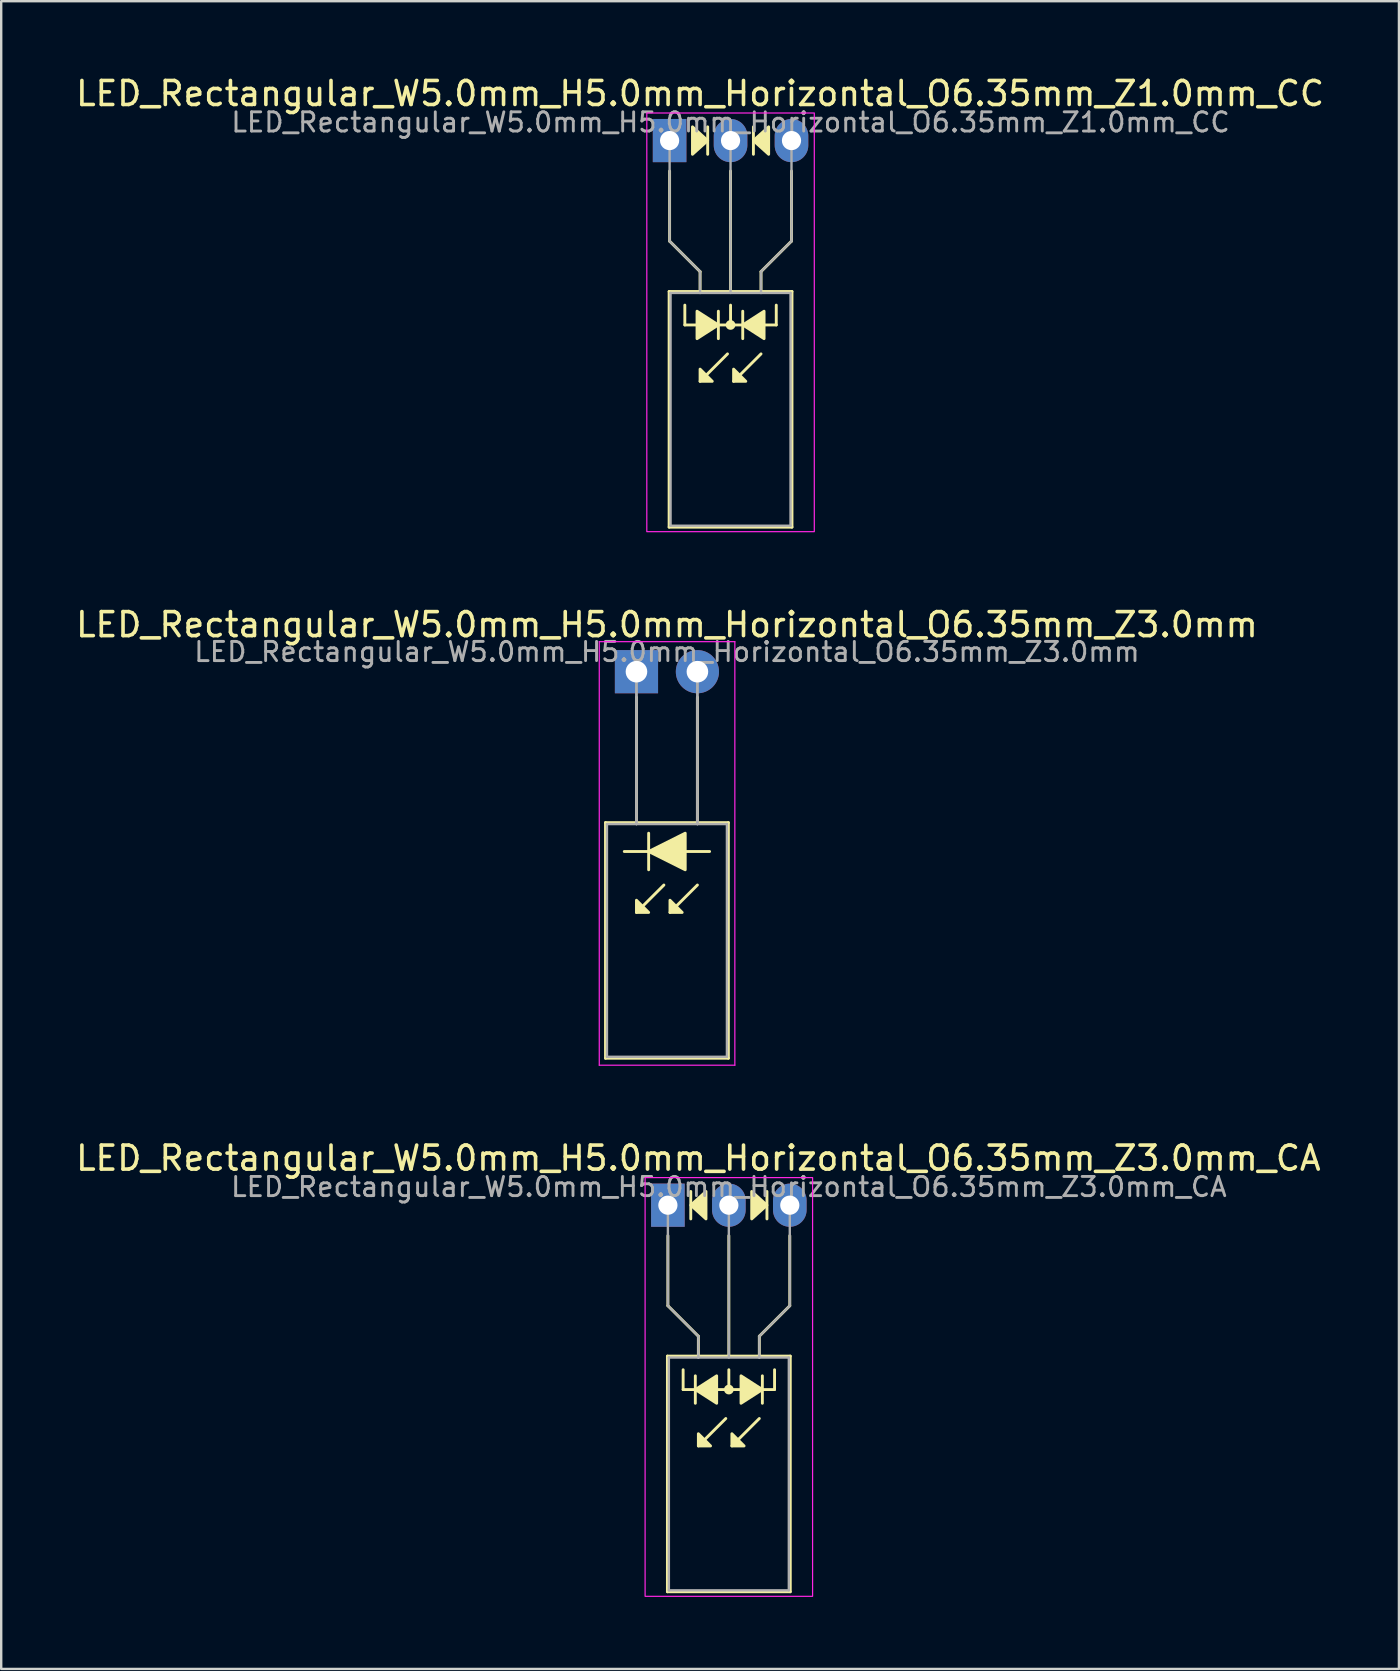
<source format=kicad_pcb>
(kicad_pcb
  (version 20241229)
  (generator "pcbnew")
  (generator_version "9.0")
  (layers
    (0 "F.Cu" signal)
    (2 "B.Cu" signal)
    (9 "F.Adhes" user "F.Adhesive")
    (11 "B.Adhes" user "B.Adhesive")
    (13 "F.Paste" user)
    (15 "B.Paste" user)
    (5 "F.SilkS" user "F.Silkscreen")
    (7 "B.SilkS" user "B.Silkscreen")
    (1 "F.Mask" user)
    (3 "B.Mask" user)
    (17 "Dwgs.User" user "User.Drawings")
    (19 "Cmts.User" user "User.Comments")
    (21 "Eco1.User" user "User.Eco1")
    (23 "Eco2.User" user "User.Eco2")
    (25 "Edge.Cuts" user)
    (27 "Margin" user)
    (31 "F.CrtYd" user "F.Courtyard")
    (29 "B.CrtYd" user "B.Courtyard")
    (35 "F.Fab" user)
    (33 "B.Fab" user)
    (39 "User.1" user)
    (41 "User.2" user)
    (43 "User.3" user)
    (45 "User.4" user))
  (footprint "LED_Rectangular_W5.0mm_H5.0mm_Horizontal_O6.35mm_Z3.0mm"
    (layer "F.Cu")
    (at 23.474 24.942)
    (property "Reference" "LED_Rectangular_W5.0mm_H5.0mm_Horizontal_O6.35mm_Z3.0mm" (at 1.27 -1.96 0) (layer "F.SilkS") (effects (font (size 1 1) (thickness 0.15))))
    (fp_line (start -1.29 6.29) (end -1.29 16.11) (stroke (width 0.12) (type solid)) (layer "F.SilkS"))
    (fp_line (start -1.29 16.11) (end 3.83 16.11) (stroke (width 0.12) (type solid)) (layer "F.SilkS"))
    (fp_line (start 0 1.08) (end 0 1.08) (stroke (width 0.12) (type solid)) (layer "F.SilkS"))
    (fp_line (start 0 1.08) (end 0 6.29) (stroke (width 0.12) (type solid)) (layer "F.SilkS"))
    (fp_line (start 0 6.29) (end 0 1.08) (stroke (width 0.12) (type solid)) (layer "F.SilkS"))
    (fp_line (start 0 6.29) (end 0 6.29) (stroke (width 0.12) (type solid)) (layer "F.SilkS"))
    (fp_line (start 0.508 6.731) (end 0.508 8.255) (stroke (width 0.12) (type solid)) (layer "F.SilkS"))
    (fp_line (start 0.508 7.493) (end -0.508 7.493) (stroke (width 0.12) (type solid)) (layer "F.SilkS"))
    (fp_line (start 1.143 8.89) (end 0 10.033) (stroke (width 0.12) (type solid)) (layer "F.SilkS"))
    (fp_line (start 2.54 1.08) (end 2.54 1.08) (stroke (width 0.12) (type solid)) (layer "F.SilkS"))
    (fp_line (start 2.54 1.08) (end 2.54 6.29) (stroke (width 0.12) (type solid)) (layer "F.SilkS"))
    (fp_line (start 2.54 6.29) (end 2.54 1.08) (stroke (width 0.12) (type solid)) (layer "F.SilkS"))
    (fp_line (start 2.54 6.29) (end 2.54 6.29) (stroke (width 0.12) (type solid)) (layer "F.SilkS"))
    (fp_line (start 2.54 8.89) (end 1.397 10.033) (stroke (width 0.12) (type solid)) (layer "F.SilkS"))
    (fp_line (start 3.048 7.493) (end 2.032 7.493) (stroke (width 0.12) (type solid)) (layer "F.SilkS"))
    (fp_line (start 3.83 6.29) (end -1.29 6.29) (stroke (width 0.12) (type solid)) (layer "F.SilkS"))
    (fp_line (start 3.83 16.11) (end 3.83 6.29) (stroke (width 0.12) (type solid)) (layer "F.SilkS"))
    (fp_poly (pts (xy 0 9.525) (xy 0.508 10.033) (xy 0 10.033)) (stroke (width 0.12) (type solid)) (fill yes) (layer "F.SilkS"))
    (fp_poly (pts (xy 1.397 9.525) (xy 1.905 10.033) (xy 1.397 10.033)) (stroke (width 0.12) (type solid)) (fill yes) (layer "F.SilkS"))
    (fp_poly (pts (xy 2.032 8.255) (xy 0.508 7.493) (xy 2.032 6.731)) (stroke (width 0.12) (type solid)) (fill yes) (layer "F.SilkS"))
    (fp_line (start -1.55 -1.25) (end -1.55 16.4) (stroke (width 0.05) (type solid)) (layer "F.CrtYd"))
    (fp_line (start -1.55 16.4) (end 4.1 16.4) (stroke (width 0.05) (type solid)) (layer "F.CrtYd"))
    (fp_line (start 4.1 -1.25) (end -1.55 -1.25) (stroke (width 0.05) (type solid)) (layer "F.CrtYd"))
    (fp_line (start 4.1 16.4) (end 4.1 -1.25) (stroke (width 0.05) (type solid)) (layer "F.CrtYd"))
    (fp_line (start -1.23 6.35) (end -1.23 16.05) (stroke (width 0.1) (type solid)) (layer "F.Fab"))
    (fp_line (start -1.23 16.05) (end 3.77 16.05) (stroke (width 0.1) (type solid)) (layer "F.Fab"))
    (fp_line (start 0 0) (end 0 0) (stroke (width 0.1) (type solid)) (layer "F.Fab"))
    (fp_line (start 0 0) (end 0 6.35) (stroke (width 0.1) (type solid)) (layer "F.Fab"))
    (fp_line (start 0 6.35) (end 0 0) (stroke (width 0.1) (type solid)) (layer "F.Fab"))
    (fp_line (start 0 6.35) (end 0 6.35) (stroke (width 0.1) (type solid)) (layer "F.Fab"))
    (fp_line (start 2.54 0) (end 2.54 0) (stroke (width 0.1) (type solid)) (layer "F.Fab"))
    (fp_line (start 2.54 0) (end 2.54 6.35) (stroke (width 0.1) (type solid)) (layer "F.Fab"))
    (fp_line (start 2.54 6.35) (end 2.54 0) (stroke (width 0.1) (type solid)) (layer "F.Fab"))
    (fp_line (start 2.54 6.35) (end 2.54 6.35) (stroke (width 0.1) (type solid)) (layer "F.Fab"))
    (fp_line (start 3.77 6.35) (end -1.23 6.35) (stroke (width 0.1) (type solid)) (layer "F.Fab"))
    (fp_line (start 3.77 16.05) (end 3.77 6.35) (stroke (width 0.1) (type solid)) (layer "F.Fab"))
    (fp_text user "${REFERENCE}" (at 1.27 -0.826 0) (layer "F.Fab") (effects (font (size 0.8 0.8) (thickness 0.12))))
    (pad "1" thru_hole rect (at 0 0) (size 1.8 1.8) (drill 0.9) (layers "*.Cu" "*.Mask"))
    (pad "2" thru_hole circle (at 2.54 0) (size 1.8 1.8) (drill 0.9) (layers "*.Cu" "*.Mask")))
  (footprint "LED_Rectangular_W5.0mm_H5.0mm_Horizontal_O6.35mm_Z3.0mm_CA"
    (layer "F.Cu")
    (at 24.784 47.175)
    (property "Reference" "LED_Rectangular_W5.0mm_H5.0mm_Horizontal_O6.35mm_Z3.0mm_CA" (at 1.27 -1.96 0) (layer "F.SilkS") (effects (font (size 1 1) (thickness 0.15))))
    (fp_line (start -0.02 6.29) (end -0.02 16.11) (stroke (width 0.12) (type solid)) (layer "F.SilkS"))
    (fp_line (start -0.02 16.11) (end 5.1 16.11) (stroke (width 0.12) (type solid)) (layer "F.SilkS"))
    (fp_line (start 0 1.27) (end 0 4.191) (stroke (width 0.12) (type default)) (layer "F.SilkS"))
    (fp_line (start 0 4.191) (end 1.27 5.461) (stroke (width 0.12) (type default)) (layer "F.SilkS"))
    (fp_line (start 0.635 7.684) (end 0.635 6.858) (stroke (width 0.12) (type default)) (layer "F.SilkS"))
    (fp_line (start 0.635 7.684) (end 4.445 7.684) (stroke (width 0.12) (type default)) (layer "F.SilkS"))
    (fp_line (start 0.953 -0.572) (end 0.953 0.572) (stroke (width 0.12) (type solid)) (layer "F.SilkS"))
    (fp_line (start 1.143 7.112) (end 1.143 8.255) (stroke (width 0.12) (type solid)) (layer "F.SilkS"))
    (fp_line (start 1.27 5.461) (end 1.27 6.29) (stroke (width 0.12) (type default)) (layer "F.SilkS"))
    (fp_line (start 1.27 6.29) (end 1.27 6.29) (stroke (width 0.12) (type solid)) (layer "F.SilkS"))
    (fp_line (start 2.413 8.89) (end 1.27 10.033) (stroke (width 0.12) (type solid)) (layer "F.SilkS"))
    (fp_line (start 2.54 6.29) (end 2.54 1.27) (stroke (width 0.12) (type default)) (layer "F.SilkS"))
    (fp_line (start 2.54 7.684) (end 2.54 6.858) (stroke (width 0.12) (type default)) (layer "F.SilkS"))
    (fp_line (start 3.81 5.461) (end 3.81 6.29) (stroke (width 0.12) (type default)) (layer "F.SilkS"))
    (fp_line (start 3.81 6.29) (end 3.81 6.29) (stroke (width 0.12) (type solid)) (layer "F.SilkS"))
    (fp_line (start 3.81 8.89) (end 2.667 10.033) (stroke (width 0.12) (type solid)) (layer "F.SilkS"))
    (fp_line (start 3.937 8.255) (end 3.937 7.112) (stroke (width 0.12) (type solid)) (layer "F.SilkS"))
    (fp_line (start 4.128 0.572) (end 4.128 -0.572) (stroke (width 0.12) (type solid)) (layer "F.SilkS"))
    (fp_line (start 4.445 7.684) (end 4.445 6.858) (stroke (width 0.12) (type default)) (layer "F.SilkS"))
    (fp_line (start 5.08 1.27) (end 5.08 4.191) (stroke (width 0.12) (type default)) (layer "F.SilkS"))
    (fp_line (start 5.08 4.191) (end 3.81 5.461) (stroke (width 0.12) (type default)) (layer "F.SilkS"))
    (fp_line (start 5.1 6.29) (end -0.02 6.29) (stroke (width 0.12) (type solid)) (layer "F.SilkS"))
    (fp_line (start 5.1 16.11) (end 5.1 6.29) (stroke (width 0.12) (type solid)) (layer "F.SilkS"))
    (fp_circle (center 2.54 7.684) (end 2.682 7.684) (stroke (width 0.12) (type solid)) (fill yes) (layer "F.SilkS"))
    (fp_poly (pts (xy 1.27 9.525) (xy 1.778 10.033) (xy 1.27 10.033)) (stroke (width 0.12) (type solid)) (fill yes) (layer "F.SilkS"))
    (fp_poly (pts (xy 1.587 0.572) (xy 0.953 0) (xy 1.587 -0.572)) (stroke (width 0.12) (type solid)) (fill yes) (layer "F.SilkS"))
    (fp_poly (pts (xy 2.032 8.255) (xy 1.143 7.684) (xy 2.032 7.112)) (stroke (width 0.12) (type solid)) (fill yes) (layer "F.SilkS"))
    (fp_poly (pts (xy 2.667 9.525) (xy 3.175 10.033) (xy 2.667 10.033)) (stroke (width 0.12) (type solid)) (fill yes) (layer "F.SilkS"))
    (fp_poly (pts (xy 3.048 7.112) (xy 3.937 7.684) (xy 3.048 8.255)) (stroke (width 0.12) (type solid)) (fill yes) (layer "F.SilkS"))
    (fp_poly (pts (xy 3.493 -0.572) (xy 4.128 0) (xy 3.493 0.572)) (stroke (width 0.12) (type solid)) (fill yes) (layer "F.SilkS"))
    (fp_rect (start -0.95 -1.15) (end 6.03 16.3) (stroke (width 0.05) (type default)) (fill no) (layer "F.CrtYd"))
    (fp_line (start 0 0) (end 0 0) (stroke (width 0.1) (type solid)) (layer "F.Fab"))
    (fp_line (start 0 4.191) (end 0 0) (stroke (width 0.1) (type default)) (layer "F.Fab"))
    (fp_line (start 0.04 6.35) (end 0.04 16.05) (stroke (width 0.1) (type solid)) (layer "F.Fab"))
    (fp_line (start 0.04 16.05) (end 5.04 16.05) (stroke (width 0.1) (type solid)) (layer "F.Fab"))
    (fp_line (start 1.27 5.461) (end 0 4.191) (stroke (width 0.1) (type default)) (layer "F.Fab"))
    (fp_line (start 1.27 5.461) (end 1.27 6.35) (stroke (width 0.1) (type default)) (layer "F.Fab"))
    (fp_line (start 1.27 6.35) (end 1.27 6.35) (stroke (width 0.1) (type solid)) (layer "F.Fab"))
    (fp_line (start 2.54 0) (end 2.54 0) (stroke (width 0.1) (type solid)) (layer "F.Fab"))
    (fp_line (start 2.54 0) (end 2.54 6.35) (stroke (width 0.1) (type default)) (layer "F.Fab"))
    (fp_line (start 3.81 5.461) (end 3.81 6.35) (stroke (width 0.1) (type default)) (layer "F.Fab"))
    (fp_line (start 3.81 5.461) (end 5.08 4.191) (stroke (width 0.1) (type default)) (layer "F.Fab"))
    (fp_line (start 3.81 6.35) (end 3.81 6.35) (stroke (width 0.1) (type solid)) (layer "F.Fab"))
    (fp_line (start 5.04 6.35) (end 0.04 6.35) (stroke (width 0.1) (type solid)) (layer "F.Fab"))
    (fp_line (start 5.04 16.05) (end 5.04 6.35) (stroke (width 0.1) (type solid)) (layer "F.Fab"))
    (fp_line (start 5.08 4.191) (end 5.08 0) (stroke (width 0.1) (type default)) (layer "F.Fab"))
    (fp_text user "${REFERENCE}" (at 2.54 -0.762 0) (layer "F.Fab") (effects (font (size 0.8 0.8) (thickness 0.12))))
    (pad "1" thru_hole rect (at 0 0) (size 1.4 1.8) (drill 0.8) (layers "*.Cu" "*.Mask"))
    (pad "2" thru_hole oval (at 2.54 0) (size 1.4 1.8) (drill 0.8) (layers "*.Cu" "*.Mask"))
    (pad "3" thru_hole oval (at 5.08 0) (size 1.4 1.8) (drill 0.8) (layers "*.Cu" "*.Mask")))
  (footprint "LED_Rectangular_W5.0mm_H5.0mm_Horizontal_O6.35mm_Z1.0mm_CC"
    (layer "F.Cu")
    (at 24.855 2.808)
    (property "Reference" "LED_Rectangular_W5.0mm_H5.0mm_Horizontal_O6.35mm_Z1.0mm_CC" (at 1.27 -1.96 0) (layer "F.SilkS") (effects (font (size 1 1) (thickness 0.15))))
    (fp_line (start -0.02 6.29) (end -0.02 16.11) (stroke (width 0.12) (type solid)) (layer "F.SilkS"))
    (fp_line (start -0.02 16.11) (end 5.1 16.11) (stroke (width 0.12) (type solid)) (layer "F.SilkS"))
    (fp_line (start 0 1.27) (end 0 4.191) (stroke (width 0.12) (type default)) (layer "F.SilkS"))
    (fp_line (start 0 4.191) (end 1.27 5.461) (stroke (width 0.12) (type default)) (layer "F.SilkS"))
    (fp_line (start 0.635 7.684) (end 0.635 6.858) (stroke (width 0.12) (type default)) (layer "F.SilkS"))
    (fp_line (start 0.635 7.684) (end 4.445 7.684) (stroke (width 0.12) (type default)) (layer "F.SilkS"))
    (fp_line (start 1.27 5.461) (end 1.27 6.29) (stroke (width 0.12) (type default)) (layer "F.SilkS"))
    (fp_line (start 1.27 6.29) (end 1.27 6.29) (stroke (width 0.12) (type solid)) (layer "F.SilkS"))
    (fp_line (start 1.587 0.572) (end 1.587 -0.572) (stroke (width 0.12) (type solid)) (layer "F.SilkS"))
    (fp_line (start 2.032 8.255) (end 2.032 7.112) (stroke (width 0.12) (type solid)) (layer "F.SilkS"))
    (fp_line (start 2.413 8.89) (end 1.27 10.033) (stroke (width 0.12) (type solid)) (layer "F.SilkS"))
    (fp_line (start 2.54 6.29) (end 2.54 1.27) (stroke (width 0.12) (type default)) (layer "F.SilkS"))
    (fp_line (start 2.54 7.684) (end 2.54 6.858) (stroke (width 0.12) (type default)) (layer "F.SilkS"))
    (fp_line (start 3.048 7.112) (end 3.048 8.255) (stroke (width 0.12) (type solid)) (layer "F.SilkS"))
    (fp_line (start 3.493 -0.572) (end 3.493 0.572) (stroke (width 0.12) (type solid)) (layer "F.SilkS"))
    (fp_line (start 3.81 5.461) (end 3.81 6.29) (stroke (width 0.12) (type default)) (layer "F.SilkS"))
    (fp_line (start 3.81 6.29) (end 3.81 6.29) (stroke (width 0.12) (type solid)) (layer "F.SilkS"))
    (fp_line (start 3.81 8.89) (end 2.667 10.033) (stroke (width 0.12) (type solid)) (layer "F.SilkS"))
    (fp_line (start 4.445 7.684) (end 4.445 6.858) (stroke (width 0.12) (type default)) (layer "F.SilkS"))
    (fp_line (start 5.08 1.27) (end 5.08 4.191) (stroke (width 0.12) (type default)) (layer "F.SilkS"))
    (fp_line (start 5.08 4.191) (end 3.81 5.461) (stroke (width 0.12) (type default)) (layer "F.SilkS"))
    (fp_line (start 5.1 6.29) (end -0.02 6.29) (stroke (width 0.12) (type solid)) (layer "F.SilkS"))
    (fp_line (start 5.1 16.11) (end 5.1 6.29) (stroke (width 0.12) (type solid)) (layer "F.SilkS"))
    (fp_circle (center 2.54 7.684) (end 2.682 7.684) (stroke (width 0.12) (type solid)) (fill yes) (layer "F.SilkS"))
    (fp_poly (pts (xy 0.953 -0.572) (xy 1.587 0) (xy 0.953 0.572)) (stroke (width 0.12) (type solid)) (fill yes) (layer "F.SilkS"))
    (fp_poly (pts (xy 1.143 7.112) (xy 2.032 7.684) (xy 1.143 8.255)) (stroke (width 0.12) (type solid)) (fill yes) (layer "F.SilkS"))
    (fp_poly (pts (xy 1.27 9.525) (xy 1.778 10.033) (xy 1.27 10.033)) (stroke (width 0.12) (type solid)) (fill yes) (layer "F.SilkS"))
    (fp_poly (pts (xy 2.667 9.525) (xy 3.175 10.033) (xy 2.667 10.033)) (stroke (width 0.12) (type solid)) (fill yes) (layer "F.SilkS"))
    (fp_poly (pts (xy 3.937 8.255) (xy 3.048 7.684) (xy 3.937 7.112)) (stroke (width 0.12) (type solid)) (fill yes) (layer "F.SilkS"))
    (fp_poly (pts (xy 4.128 0.572) (xy 3.493 0) (xy 4.128 -0.572)) (stroke (width 0.12) (type solid)) (fill yes) (layer "F.SilkS"))
    (fp_rect (start -0.95 -1.15) (end 6.03 16.3) (stroke (width 0.05) (type default)) (fill no) (layer "F.CrtYd"))
    (fp_line (start 0 0) (end 0 0) (stroke (width 0.1) (type solid)) (layer "F.Fab"))
    (fp_line (start 0 4.191) (end 0 0) (stroke (width 0.1) (type default)) (layer "F.Fab"))
    (fp_line (start 0.04 6.35) (end 0.04 16.05) (stroke (width 0.1) (type solid)) (layer "F.Fab"))
    (fp_line (start 0.04 16.05) (end 5.04 16.05) (stroke (width 0.1) (type solid)) (layer "F.Fab"))
    (fp_line (start 1.27 5.461) (end 0 4.191) (stroke (width 0.1) (type default)) (layer "F.Fab"))
    (fp_line (start 1.27 5.461) (end 1.27 6.35) (stroke (width 0.1) (type default)) (layer "F.Fab"))
    (fp_line (start 1.27 6.35) (end 1.27 6.35) (stroke (width 0.1) (type solid)) (layer "F.Fab"))
    (fp_line (start 2.54 0) (end 2.54 0) (stroke (width 0.1) (type solid)) (layer "F.Fab"))
    (fp_line (start 2.54 0) (end 2.54 6.35) (stroke (width 0.1) (type default)) (layer "F.Fab"))
    (fp_line (start 3.81 5.461) (end 3.81 6.35) (stroke (width 0.1) (type default)) (layer "F.Fab"))
    (fp_line (start 3.81 5.461) (end 5.08 4.191) (stroke (width 0.1) (type default)) (layer "F.Fab"))
    (fp_line (start 3.81 6.35) (end 3.81 6.35) (stroke (width 0.1) (type solid)) (layer "F.Fab"))
    (fp_line (start 5.04 6.35) (end 0.04 6.35) (stroke (width 0.1) (type solid)) (layer "F.Fab"))
    (fp_line (start 5.04 16.05) (end 5.04 6.35) (stroke (width 0.1) (type solid)) (layer "F.Fab"))
    (fp_line (start 5.08 4.191) (end 5.08 0) (stroke (width 0.1) (type default)) (layer "F.Fab"))
    (fp_text user "${REFERENCE}" (at 2.54 -0.762 0) (layer "F.Fab") (effects (font (size 0.8 0.8) (thickness 0.12))))
    (pad "1" thru_hole rect (at 0 0) (size 1.4 1.8) (drill 0.8) (layers "*.Cu" "*.Mask"))
    (pad "2" thru_hole oval (at 2.54 0) (size 1.4 1.8) (drill 0.8) (layers "*.Cu" "*.Mask"))
    (pad "3" thru_hole oval (at 5.08 0) (size 1.4 1.8) (drill 0.8) (layers "*.Cu" "*.Mask")))
  (gr_rect
    (start -3 -3)
    (end 55.25 66.5)
    (stroke (width 0.1) (type default))
    (fill no)
    (layer "Edge.Cuts")))
</source>
